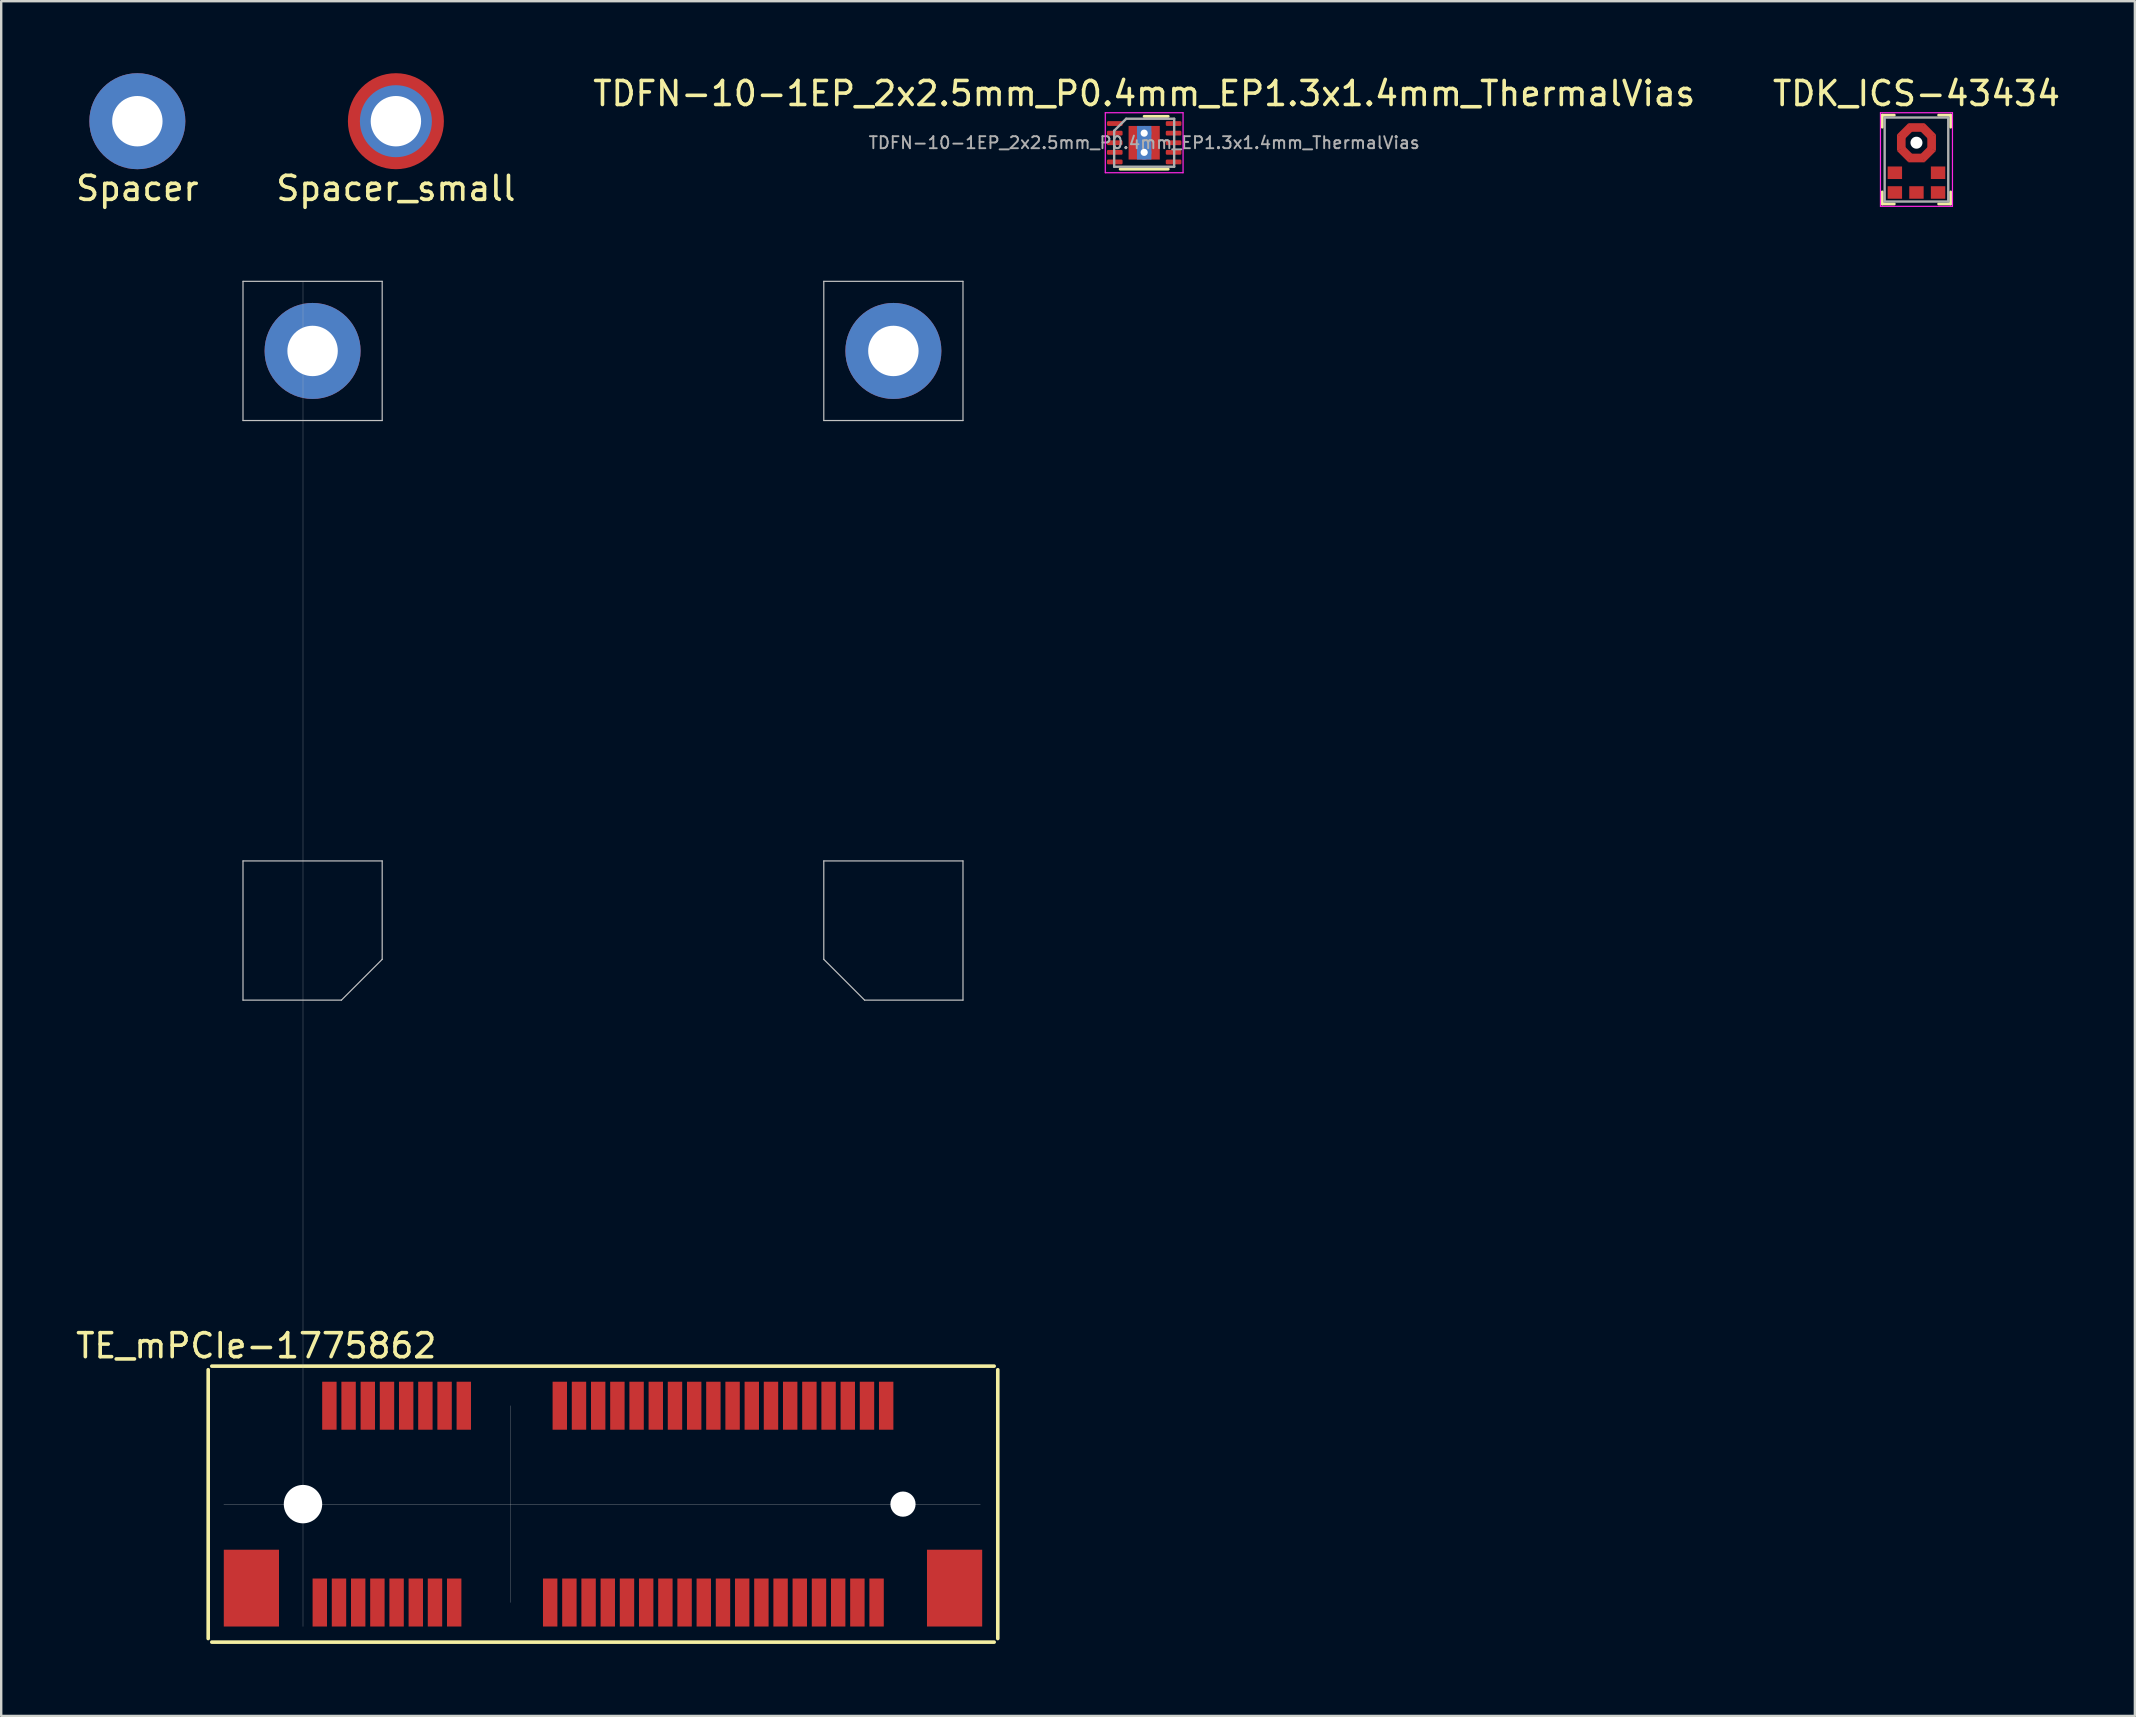
<source format=kicad_pcb>
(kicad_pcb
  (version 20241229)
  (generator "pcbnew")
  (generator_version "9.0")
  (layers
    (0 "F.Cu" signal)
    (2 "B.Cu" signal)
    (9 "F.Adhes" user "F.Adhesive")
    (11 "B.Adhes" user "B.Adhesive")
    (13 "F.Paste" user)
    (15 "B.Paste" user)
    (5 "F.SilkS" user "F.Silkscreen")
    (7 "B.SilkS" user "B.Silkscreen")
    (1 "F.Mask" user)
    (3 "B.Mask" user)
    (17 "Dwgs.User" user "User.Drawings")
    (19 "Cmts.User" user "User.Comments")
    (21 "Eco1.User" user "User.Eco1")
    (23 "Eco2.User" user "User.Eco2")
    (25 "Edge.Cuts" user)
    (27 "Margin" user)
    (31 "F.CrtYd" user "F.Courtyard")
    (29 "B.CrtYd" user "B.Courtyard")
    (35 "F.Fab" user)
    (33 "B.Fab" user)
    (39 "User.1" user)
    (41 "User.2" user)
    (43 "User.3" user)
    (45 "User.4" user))
  (footprint "Spacer_small"
    (layer "F.Cu")
    (at 13.446 2)
    (property "Reference" "Spacer_small" (at 0 2.8 0) (layer "F.SilkS") (effects (font (size 1 1) (thickness 0.15))))
    (attr through_hole)
    (pad "1" thru_hole circle (at 0 0) (size 3 3) (drill 2.1) (layers "*.Cu" "*.Mask"))
    (pad "1" smd circle (at 0 0) (size 4 4) (layers "F.Cu" "F.Mask")))
  (footprint "TDFN-10-1EP_2x2.5mm_P0.4mm_EP1.3x1.4mm_ThermalVias"
    (layer "F.Cu")
    (at 44.625 2.898)
    (property "Reference" "TDFN-10-1EP_2x2.5mm_P0.4mm_EP1.3x1.4mm_ThermalVias" (at 0 -2.05 0) (layer "F.SilkS") (effects (font (size 1 1) (thickness 0.15))))
    (attr through_hole)
    (fp_line (start -1 1.1) (end 1 1.1) (stroke (width 0.12) (type solid)) (layer "F.SilkS"))
    (fp_line (start 0 -1.1) (end 1 -1.1) (stroke (width 0.12) (type solid)) (layer "F.SilkS"))
    (fp_line (start -1.62 -1.25) (end -1.62 1.25) (stroke (width 0.05) (type solid)) (layer "F.CrtYd"))
    (fp_line (start -1.62 1.25) (end 1.62 1.25) (stroke (width 0.05) (type solid)) (layer "F.CrtYd"))
    (fp_line (start 1.62 -1.25) (end -1.62 -1.25) (stroke (width 0.05) (type solid)) (layer "F.CrtYd"))
    (fp_line (start 1.62 1.25) (end 1.62 -1.25) (stroke (width 0.05) (type solid)) (layer "F.CrtYd"))
    (fp_line (start -1.25 -0.5) (end -0.75 -1) (stroke (width 0.1) (type solid)) (layer "F.Fab"))
    (fp_line (start -1.25 1) (end -1.25 -0.5) (stroke (width 0.1) (type solid)) (layer "F.Fab"))
    (fp_line (start -0.75 -1) (end 1.25 -1) (stroke (width 0.1) (type solid)) (layer "F.Fab"))
    (fp_line (start 1.25 -1) (end 1.25 1) (stroke (width 0.1) (type solid)) (layer "F.Fab"))
    (fp_line (start 1.25 1) (end -1.25 1) (stroke (width 0.1) (type solid)) (layer "F.Fab"))
    (fp_text user "${REFERENCE}" (at 0 0 0) (layer "F.Fab") (effects (font (size 0.5 0.5) (thickness 0.08))))
    (pad "" smd roundrect (at 0 -0.35) (size 1.1 0.5) (layers "F.Paste") (roundrect_rratio 0.25))
    (pad "" smd roundrect (at 0 0.35) (size 1.1 0.5) (layers "F.Paste") (roundrect_rratio 0.25))
    (pad "1" smd roundrect (at -1.225 -0.8) (size 0.65 0.2) (layers "F.Cu" "F.Mask" "F.Paste") (roundrect_rratio 0.25))
    (pad "2" smd roundrect (at -1.225 -0.4) (size 0.65 0.2) (layers "F.Cu" "F.Mask" "F.Paste") (roundrect_rratio 0.25))
    (pad "3" smd roundrect (at -1.225 0) (size 0.65 0.2) (layers "F.Cu" "F.Mask" "F.Paste") (roundrect_rratio 0.25))
    (pad "4" smd roundrect (at -1.225 0.4) (size 0.65 0.2) (layers "F.Cu" "F.Mask" "F.Paste") (roundrect_rratio 0.25))
    (pad "5" smd roundrect (at -1.225 0.8) (size 0.65 0.2) (layers "F.Cu" "F.Mask" "F.Paste") (roundrect_rratio 0.25))
    (pad "6" smd roundrect (at 1.225 0.8) (size 0.65 0.2) (layers "F.Cu" "F.Mask" "F.Paste") (roundrect_rratio 0.25))
    (pad "7" smd roundrect (at 1.225 0.4) (size 0.65 0.2) (layers "F.Cu" "F.Mask" "F.Paste") (roundrect_rratio 0.25))
    (pad "8" smd roundrect (at 1.225 0) (size 0.65 0.2) (layers "F.Cu" "F.Mask" "F.Paste") (roundrect_rratio 0.25))
    (pad "9" smd roundrect (at 1.225 -0.4) (size 0.65 0.2) (layers "F.Cu" "F.Mask" "F.Paste") (roundrect_rratio 0.25))
    (pad "10" smd roundrect (at 1.225 -0.8) (size 0.65 0.2) (layers "F.Cu" "F.Mask" "F.Paste") (roundrect_rratio 0.25))
    (pad "11" thru_hole circle (at 0 -0.4) (size 0.6 0.6) (drill 0.3) (layers "*.Cu"))
    (pad "11" smd rect (at 0 0) (size 0.6 1.4) (layers "B.Cu"))
    (pad "11" smd rect (at 0 0) (size 1.3 1.4) (layers "F.Cu" "F.Mask"))
    (pad "11" thru_hole circle (at 0 0.4) (size 0.6 0.6) (drill 0.3) (layers "*.Cu")))
  (footprint "TE_mPCIe-1775862"
    (layer "F.Cu")
    (at 9.575 59.623)
    (property "Reference" "TE_mPCIe-1775862" (at -1.95 -6.6 180) (layer "F.SilkS") (effects (font (size 1 1) (thickness 0.15))))
    (attr through_hole)
    (fp_line (start -3.95 -5.6) (end -3.95 5.6) (stroke (width 0.15) (type solid)) (layer "F.SilkS"))
    (fp_line (start -3.8 5.75) (end 28.8 5.75) (stroke (width 0.15) (type solid)) (layer "F.SilkS"))
    (fp_line (start 28.8 -5.75) (end -3.8 -5.75) (stroke (width 0.15) (type solid)) (layer "F.SilkS"))
    (fp_line (start 28.95 5.6) (end 28.95 -5.6) (stroke (width 0.15) (type solid)) (layer "F.SilkS"))
    (fp_line (start -3.3 0) (end 28.225 0) (stroke (width 0.01) (type solid)) (layer "Dwgs.User"))
    (fp_line (start -2.5 -50.95) (end -2.5 -45.15) (stroke (width 0.05) (type solid)) (layer "Dwgs.User"))
    (fp_line (start -2.5 -50.95) (end 3.3 -50.95) (stroke (width 0.05) (type solid)) (layer "Dwgs.User"))
    (fp_line (start -2.5 -45.15) (end 3.3 -45.15) (stroke (width 0.05) (type solid)) (layer "Dwgs.User"))
    (fp_line (start -2.5 -26.8) (end -2.5 -21) (stroke (width 0.05) (type solid)) (layer "Dwgs.User"))
    (fp_line (start -2.5 -21) (end 1.6 -21) (stroke (width 0.05) (type solid)) (layer "Dwgs.User"))
    (fp_line (start 0 -50.95) (end 0 5.1) (stroke (width 0.01) (type solid)) (layer "Dwgs.User"))
    (fp_line (start 3.3 -50.95) (end 3.3 -45.15) (stroke (width 0.05) (type solid)) (layer "Dwgs.User"))
    (fp_line (start 3.3 -26.8) (end -2.5 -26.8) (stroke (width 0.05) (type solid)) (layer "Dwgs.User"))
    (fp_line (start 3.3 -22.7) (end 1.6 -21) (stroke (width 0.05) (type solid)) (layer "Dwgs.User"))
    (fp_line (start 3.3 -22.7) (end 3.3 -26.8) (stroke (width 0.05) (type solid)) (layer "Dwgs.User"))
    (fp_line (start 8.65 4.1) (end 8.65 -4.1) (stroke (width 0.01) (type solid)) (layer "Dwgs.User"))
    (fp_line (start 21.7 -50.95) (end 21.7 -45.15) (stroke (width 0.05) (type solid)) (layer "Dwgs.User"))
    (fp_line (start 21.7 -50.95) (end 27.5 -50.95) (stroke (width 0.05) (type solid)) (layer "Dwgs.User"))
    (fp_line (start 21.7 -45.15) (end 27.5 -45.15) (stroke (width 0.05) (type solid)) (layer "Dwgs.User"))
    (fp_line (start 21.7 -26.8) (end 27.5 -26.8) (stroke (width 0.05) (type solid)) (layer "Dwgs.User"))
    (fp_line (start 21.7 -22.7) (end 21.7 -26.8) (stroke (width 0.05) (type solid)) (layer "Dwgs.User"))
    (fp_line (start 21.7 -22.7) (end 23.4 -21) (stroke (width 0.05) (type solid)) (layer "Dwgs.User"))
    (fp_line (start 27.5 -50.95) (end 27.5 -45.15) (stroke (width 0.05) (type solid)) (layer "Dwgs.User"))
    (fp_line (start 27.5 -26.8) (end 27.5 -21) (stroke (width 0.05) (type solid)) (layer "Dwgs.User"))
    (fp_line (start 27.5 -21) (end 23.4 -21) (stroke (width 0.05) (type solid)) (layer "Dwgs.User"))
    (pad "" smd rect (at -2.15 3.5) (size 2.3 3.2) (layers "F.Cu" "F.Mask" "F.Paste"))
    (pad "" np_thru_hole circle (at 0 0) (size 1.6 1.6) (drill 1.6) (layers "*.Cu" "*.Mask"))
    (pad "" np_thru_hole circle (at 25 0) (size 1.05 1.05) (drill 1.05) (layers "*.Cu" "*.Mask"))
    (pad "" smd rect (at 27.15 3.5) (size 2.3 3.2) (layers "F.Cu" "F.Mask" "F.Paste"))
    (pad "1" smd rect (at 0.7 4.1) (size 0.6 2) (layers "F.Cu" "F.Mask" "F.Paste"))
    (pad "2" smd rect (at 1.1 -4.1) (size 0.6 2) (layers "F.Cu" "F.Mask" "F.Paste"))
    (pad "3" smd rect (at 1.5 4.1) (size 0.6 2) (layers "F.Cu" "F.Mask" "F.Paste"))
    (pad "4" smd rect (at 1.9 -4.1) (size 0.6 2) (layers "F.Cu" "F.Mask" "F.Paste"))
    (pad "5" smd rect (at 2.3 4.1) (size 0.6 2) (layers "F.Cu" "F.Mask" "F.Paste"))
    (pad "6" smd rect (at 2.7 -4.1) (size 0.6 2) (layers "F.Cu" "F.Mask" "F.Paste"))
    (pad "7" smd rect (at 3.1 4.1) (size 0.6 2) (layers "F.Cu" "F.Mask" "F.Paste"))
    (pad "8" smd rect (at 3.5 -4.1) (size 0.6 2) (layers "F.Cu" "F.Mask" "F.Paste"))
    (pad "9" smd rect (at 3.9 4.1) (size 0.6 2) (layers "F.Cu" "F.Mask" "F.Paste"))
    (pad "10" smd rect (at 4.3 -4.1) (size 0.6 2) (layers "F.Cu" "F.Mask" "F.Paste"))
    (pad "11" smd rect (at 4.7 4.1) (size 0.6 2) (layers "F.Cu" "F.Mask" "F.Paste"))
    (pad "12" smd rect (at 5.1 -4.1) (size 0.6 2) (layers "F.Cu" "F.Mask" "F.Paste"))
    (pad "13" smd rect (at 5.5 4.1) (size 0.6 2) (layers "F.Cu" "F.Mask" "F.Paste"))
    (pad "14" smd rect (at 5.9 -4.1) (size 0.6 2) (layers "F.Cu" "F.Mask" "F.Paste"))
    (pad "15" smd rect (at 6.3 4.1) (size 0.6 2) (layers "F.Cu" "F.Mask" "F.Paste"))
    (pad "16" smd rect (at 6.7 -4.1) (size 0.6 2) (layers "F.Cu" "F.Mask" "F.Paste"))
    (pad "17" smd rect (at 10.3 4.1) (size 0.6 2) (layers "F.Cu" "F.Mask" "F.Paste"))
    (pad "18" smd rect (at 10.7 -4.1) (size 0.6 2) (layers "F.Cu" "F.Mask" "F.Paste"))
    (pad "19" smd rect (at 11.1 4.1) (size 0.6 2) (layers "F.Cu" "F.Mask" "F.Paste"))
    (pad "20" smd rect (at 11.5 -4.1) (size 0.6 2) (layers "F.Cu" "F.Mask" "F.Paste"))
    (pad "21" smd rect (at 11.9 4.1) (size 0.6 2) (layers "F.Cu" "F.Mask" "F.Paste"))
    (pad "22" smd rect (at 12.3 -4.1) (size 0.6 2) (layers "F.Cu" "F.Mask" "F.Paste"))
    (pad "23" smd rect (at 12.7 4.1) (size 0.6 2) (layers "F.Cu" "F.Mask" "F.Paste"))
    (pad "24" smd rect (at 13.1 -4.1) (size 0.6 2) (layers "F.Cu" "F.Mask" "F.Paste"))
    (pad "25" smd rect (at 13.5 4.1) (size 0.6 2) (layers "F.Cu" "F.Mask" "F.Paste"))
    (pad "26" smd rect (at 13.9 -4.1) (size 0.6 2) (layers "F.Cu" "F.Mask" "F.Paste"))
    (pad "27" smd rect (at 14.3 4.1) (size 0.6 2) (layers "F.Cu" "F.Mask" "F.Paste"))
    (pad "28" smd rect (at 14.7 -4.1) (size 0.6 2) (layers "F.Cu" "F.Mask" "F.Paste"))
    (pad "29" smd rect (at 15.1 4.1) (size 0.6 2) (layers "F.Cu" "F.Mask" "F.Paste"))
    (pad "30" smd rect (at 15.5 -4.1) (size 0.6 2) (layers "F.Cu" "F.Mask" "F.Paste"))
    (pad "31" smd rect (at 15.9 4.1) (size 0.6 2) (layers "F.Cu" "F.Mask" "F.Paste"))
    (pad "32" smd rect (at 16.3 -4.1) (size 0.6 2) (layers "F.Cu" "F.Mask" "F.Paste"))
    (pad "33" smd rect (at 16.7 4.1) (size 0.6 2) (layers "F.Cu" "F.Mask" "F.Paste"))
    (pad "34" smd rect (at 17.1 -4.1) (size 0.6 2) (layers "F.Cu" "F.Mask" "F.Paste"))
    (pad "35" smd rect (at 17.5 4.1) (size 0.6 2) (layers "F.Cu" "F.Mask" "F.Paste"))
    (pad "36" smd rect (at 17.9 -4.1) (size 0.6 2) (layers "F.Cu" "F.Mask" "F.Paste"))
    (pad "37" smd rect (at 18.3 4.1) (size 0.6 2) (layers "F.Cu" "F.Mask" "F.Paste"))
    (pad "38" smd rect (at 18.7 -4.1) (size 0.6 2) (layers "F.Cu" "F.Mask" "F.Paste"))
    (pad "39" smd rect (at 19.1 4.1) (size 0.6 2) (layers "F.Cu" "F.Mask" "F.Paste"))
    (pad "40" smd rect (at 19.5 -4.1) (size 0.6 2) (layers "F.Cu" "F.Mask" "F.Paste"))
    (pad "41" smd rect (at 19.9 4.1) (size 0.6 2) (layers "F.Cu" "F.Mask" "F.Paste"))
    (pad "42" smd rect (at 20.3 -4.1) (size 0.6 2) (layers "F.Cu" "F.Mask" "F.Paste"))
    (pad "43" smd rect (at 20.7 4.1) (size 0.6 2) (layers "F.Cu" "F.Mask" "F.Paste"))
    (pad "44" smd rect (at 21.1 -4.1) (size 0.6 2) (layers "F.Cu" "F.Mask" "F.Paste"))
    (pad "45" smd rect (at 21.5 4.1) (size 0.6 2) (layers "F.Cu" "F.Mask" "F.Paste"))
    (pad "46" smd rect (at 21.9 -4.1) (size 0.6 2) (layers "F.Cu" "F.Mask" "F.Paste"))
    (pad "47" smd rect (at 22.3 4.1) (size 0.6 2) (layers "F.Cu" "F.Mask" "F.Paste"))
    (pad "48" smd rect (at 22.7 -4.1) (size 0.6 2) (layers "F.Cu" "F.Mask" "F.Paste"))
    (pad "49" smd rect (at 23.1 4.1) (size 0.6 2) (layers "F.Cu" "F.Mask" "F.Paste"))
    (pad "50" smd rect (at 23.5 -4.1) (size 0.6 2) (layers "F.Cu" "F.Mask" "F.Paste"))
    (pad "51" smd rect (at 23.9 4.1) (size 0.6 2) (layers "F.Cu" "F.Mask" "F.Paste"))
    (pad "52" smd rect (at 24.3 -4.1) (size 0.6 2) (layers "F.Cu" "F.Mask" "F.Paste"))
    (pad "53" thru_hole circle (at 0.4 -48.05) (size 4 4) (drill 2.1) (layers "*.Cu" "*.Mask"))
    (pad "53" thru_hole circle (at 24.6 -48.05) (size 4 4) (drill 2.1) (layers "*.Cu" "*.Mask")))
  (footprint "Spacer"
    (layer "F.Cu")
    (at 2.673 2)
    (property "Reference" "Spacer" (at 0 2.8 0) (layer "F.SilkS") (effects (font (size 1 1) (thickness 0.15))))
    (attr through_hole)
    (pad "1" thru_hole circle (at 0 0) (size 4 4) (drill 2.1) (layers "*.Cu" "*.Mask")))
  (footprint "TDK_ICS-43434"
    (layer "F.Cu")
    (at 76.804 4.148)
    (property "Reference" "TDK_ICS-43434" (at 0 -3.3 0) (layer "F.SilkS") (effects (font (size 1 1) (thickness 0.15))))
    (attr through_hole)
    (fp_line (start -1.425 -2.4) (end -1.425 -1.9) (stroke (width 0.12) (type solid)) (layer "F.SilkS"))
    (fp_line (start -1.425 -2.4) (end -0.925 -2.4) (stroke (width 0.12) (type solid)) (layer "F.SilkS"))
    (fp_line (start -1.425 1.3) (end -1.425 0.8) (stroke (width 0.12) (type solid)) (layer "F.SilkS"))
    (fp_line (start -1.425 1.3) (end -0.925 1.3) (stroke (width 0.12) (type solid)) (layer "F.SilkS"))
    (fp_line (start 1.425 -2.4) (end 0.925 -2.4) (stroke (width 0.12) (type solid)) (layer "F.SilkS"))
    (fp_line (start 1.425 -2.4) (end 1.425 -1.9) (stroke (width 0.12) (type solid)) (layer "F.SilkS"))
    (fp_line (start 1.425 1.3) (end 0.925 1.3) (stroke (width 0.12) (type solid)) (layer "F.SilkS"))
    (fp_line (start 1.425 1.3) (end 1.425 0.8) (stroke (width 0.12) (type solid)) (layer "F.SilkS"))
    (fp_line (start -1.5 -2.5) (end 1.5 -2.5) (stroke (width 0.05) (type solid)) (layer "F.CrtYd"))
    (fp_line (start -1.5 1.4) (end -1.5 -2.5) (stroke (width 0.05) (type solid)) (layer "F.CrtYd"))
    (fp_line (start 1.5 -2.5) (end 1.5 1.4) (stroke (width 0.05) (type solid)) (layer "F.CrtYd"))
    (fp_line (start 1.5 1.4) (end -1.5 1.4) (stroke (width 0.05) (type solid)) (layer "F.CrtYd"))
    (fp_line (start -1.325 1.2) (end -1.325 -2.3) (stroke (width 0.1) (type solid)) (layer "F.Fab"))
    (fp_line (start -1.325 1.2) (end 1.325 1.2) (stroke (width 0.1) (type solid)) (layer "F.Fab"))
    (fp_line (start 1.325 -2.3) (end -1.325 -2.3) (stroke (width 0.1) (type solid)) (layer "F.Fab"))
    (fp_line (start 1.325 1.2) (end 1.325 -2.3) (stroke (width 0.1) (type solid)) (layer "F.Fab"))
    (pad "" np_thru_hole circle (at 0 -1.252) (size 0.5 0.5) (drill 0.5) (layers "*.Cu" "*.Mask"))
    (pad "1" smd rect (at 0.9 0.822) (size 0.6 0.522) (layers "F.Cu" "F.Mask" "F.Paste"))
    (pad "2" smd rect (at 0.9 0) (size 0.6 0.522) (layers "F.Cu" "F.Mask" "F.Paste"))
    (pad "3" smd trapezoid (at -0.632 -1.252) (size 0.36 0.55) (rect_delta 0.12 0) (layers "F.Cu" "F.Mask" "F.Paste"))
    (pad "3" smd trapezoid (at -0.447 -1.7 45) (size 0.55 0.36) (rect_delta 0 -0.12) (layers "F.Cu" "F.Mask" "F.Paste"))
    (pad "3" smd trapezoid (at -0.447 -0.8 135) (size 0.55 0.36) (rect_delta 0 -0.12) (layers "F.Cu" "F.Mask" "F.Paste"))
    (pad "3" smd trapezoid (at 0 -1.885) (size 0.55 0.36) (rect_delta 0 -0.12) (layers "F.Cu" "F.Mask" "F.Paste"))
    (pad "3" smd trapezoid (at 0 -0.615 180) (size 0.55 0.36) (rect_delta 0 -0.12) (layers "F.Cu" "F.Mask" "F.Paste"))
    (pad "3" smd trapezoid (at 0.447 -1.7 315) (size 0.55 0.36) (rect_delta 0 -0.12) (layers "F.Cu" "F.Mask" "F.Paste"))
    (pad "3" smd trapezoid (at 0.447 -0.8 225) (size 0.55 0.36) (rect_delta 0 -0.12) (layers "F.Cu" "F.Mask" "F.Paste"))
    (pad "3" smd trapezoid (at 0.632 -1.252 180) (size 0.36 0.55) (rect_delta 0.12 0) (layers "F.Cu" "F.Mask" "F.Paste"))
    (pad "4" smd rect (at -0.9 0) (size 0.6 0.522) (layers "F.Cu" "F.Mask" "F.Paste"))
    (pad "5" smd rect (at -0.9 0.822) (size 0.6 0.522) (layers "F.Cu" "F.Mask" "F.Paste"))
    (pad "6" smd rect (at 0 0.822) (size 0.6 0.522) (layers "F.Cu" "F.Mask" "F.Paste")))
  (gr_rect
    (start -3 -3)
    (end 85.905 68.448)
    (stroke (width 0.1) (type default))
    (fill no)
    (layer "Edge.Cuts")))
</source>
